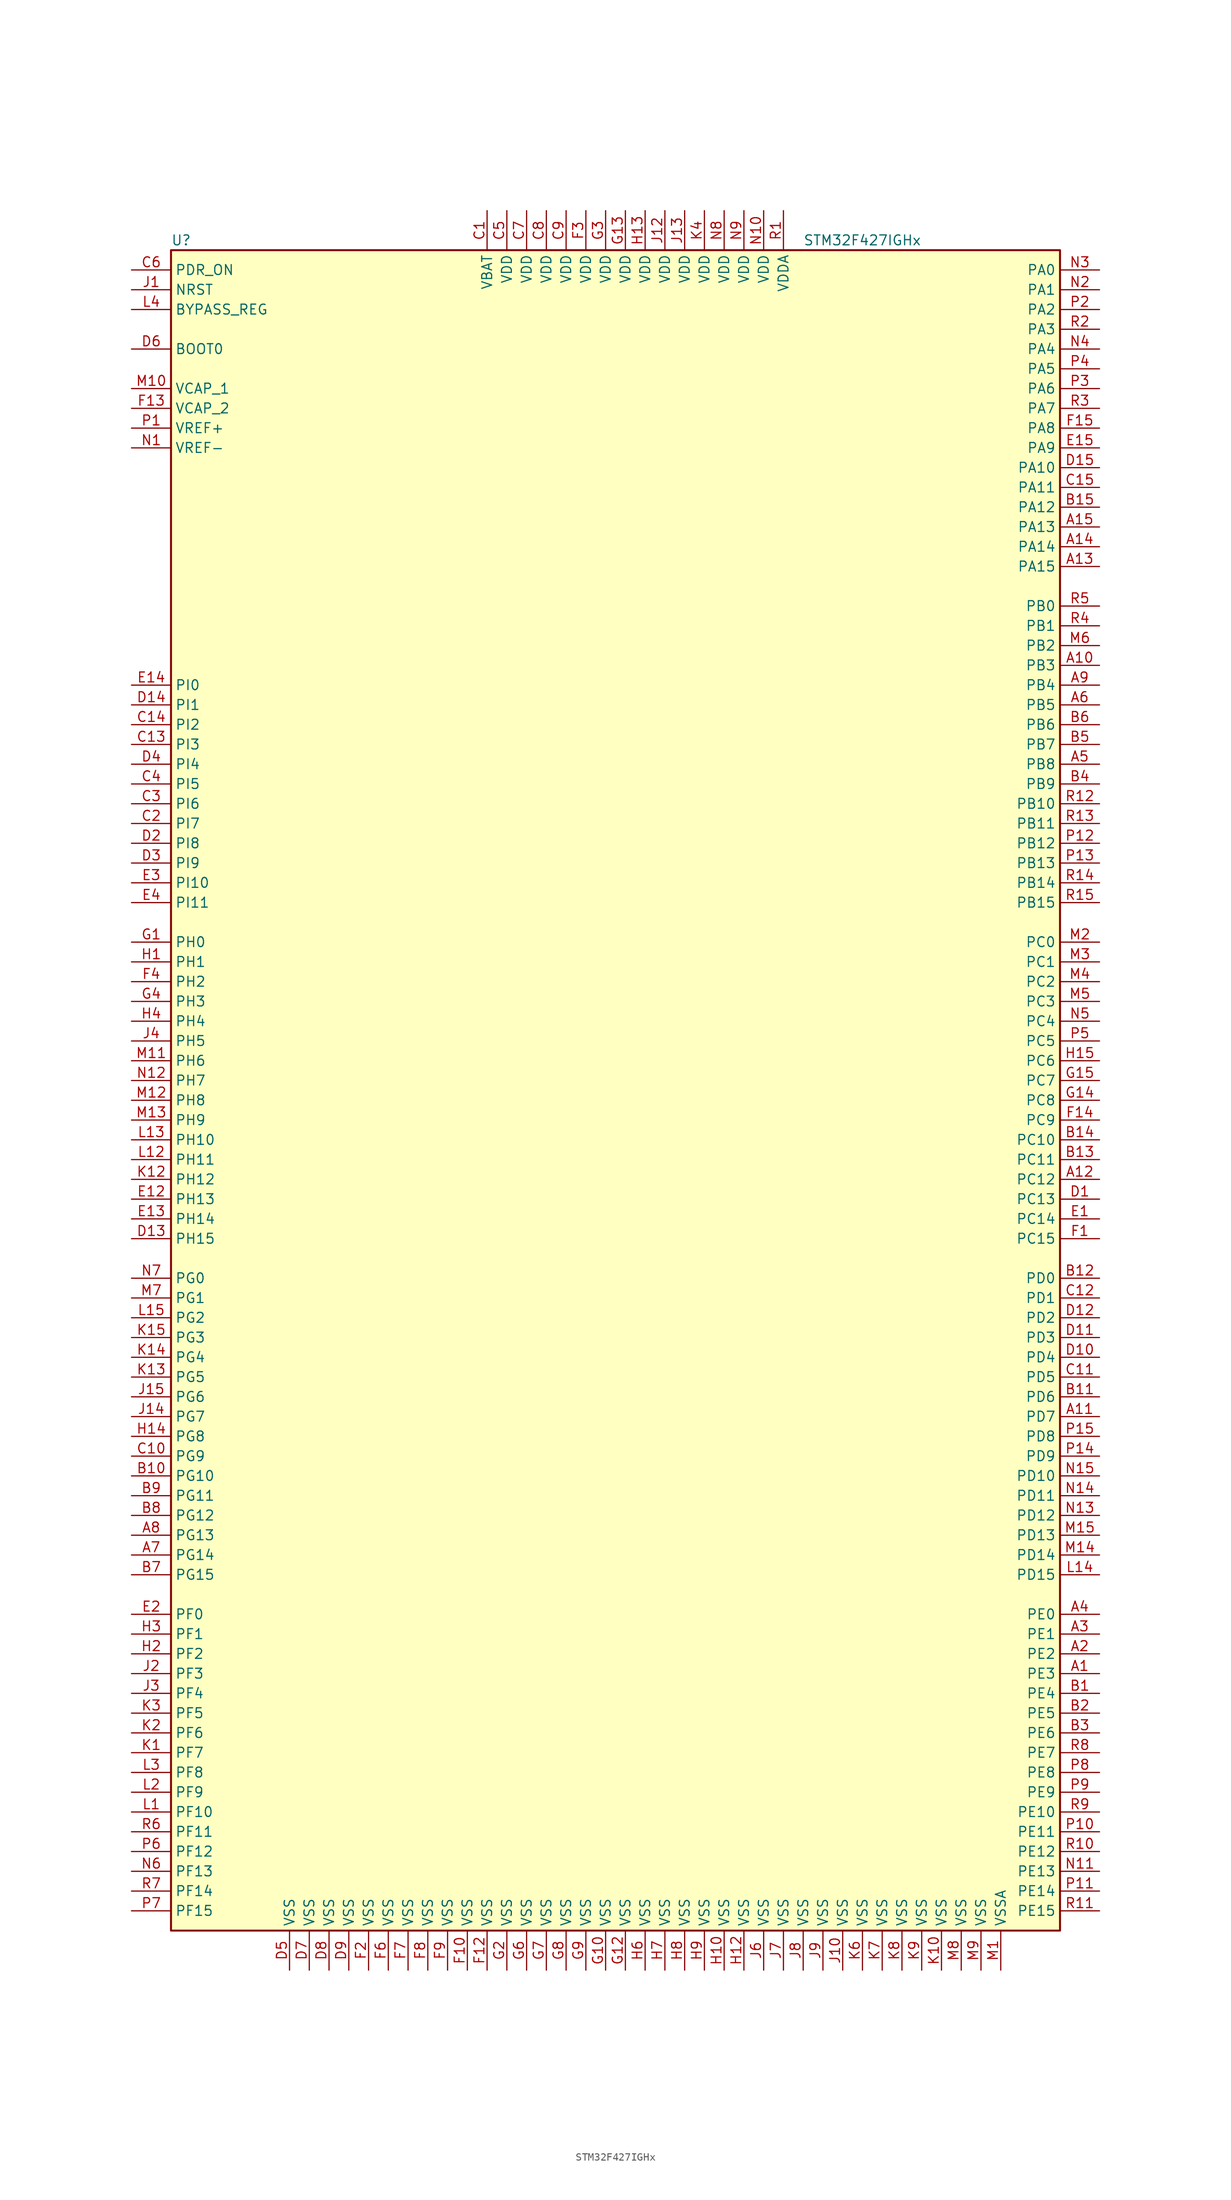
<source format=kicad_sym>
(kicad_symbol_lib
  (version 20201005)
  (generator kicad_symbol_editor)
  (symbol "STM32F427IGHx"
    (property "Reference" "U"
      (at -58.42 107.95 0)
      (effects (font (size 1.27 1.27)) (justify left)))
    (property "Value" "STM32F427IGHx"
      (at 22.86 107.95 0)
      (effects (font (size 1.27 1.27)) (justify left)))
    (symbol "STM32F427IGHx_0_1"
      (rectangle (start -58.42 -109.22) (end 55.88 106.68) (stroke (width 0.254)) (fill (type background))))
    (symbol "STM32F427IGHx_1_1"
      (pin input line (at -63.5 93.98 0) (length 5.08) (name "BOOT0" (effects (font (size 1.27 1.27)))) (number "D6" (effects (font (size 1.27 1.27)))))
      (pin input line (at -63.5 99.06 0) (length 5.08) (name "BYPASS_REG" (effects (font (size 1.27 1.27)))) (number "L4" (effects (font (size 1.27 1.27)))))
      (pin input line (at -63.5 101.6 0) (length 5.08) (name "NRST" (effects (font (size 1.27 1.27)))) (number "J1" (effects (font (size 1.27 1.27)))))
      (pin bidirectional line (at 60.96 104.14 180) (length 5.08) (name "PA0" (effects (font (size 1.27 1.27)))) (number "N3" (effects (font (size 1.27 1.27)))))
      (pin bidirectional line (at 60.96 101.6 180) (length 5.08) (name "PA1" (effects (font (size 1.27 1.27)))) (number "N2" (effects (font (size 1.27 1.27)))))
      (pin bidirectional line (at 60.96 78.74 180) (length 5.08) (name "PA10" (effects (font (size 1.27 1.27)))) (number "D15" (effects (font (size 1.27 1.27)))))
      (pin bidirectional line (at 60.96 76.2 180) (length 5.08) (name "PA11" (effects (font (size 1.27 1.27)))) (number "C15" (effects (font (size 1.27 1.27)))))
      (pin bidirectional line (at 60.96 73.66 180) (length 5.08) (name "PA12" (effects (font (size 1.27 1.27)))) (number "B15" (effects (font (size 1.27 1.27)))))
      (pin bidirectional line (at 60.96 71.12 180) (length 5.08) (name "PA13" (effects (font (size 1.27 1.27)))) (number "A15" (effects (font (size 1.27 1.27)))))
      (pin bidirectional line (at 60.96 68.58 180) (length 5.08) (name "PA14" (effects (font (size 1.27 1.27)))) (number "A14" (effects (font (size 1.27 1.27)))))
      (pin bidirectional line (at 60.96 66.04 180) (length 5.08) (name "PA15" (effects (font (size 1.27 1.27)))) (number "A13" (effects (font (size 1.27 1.27)))))
      (pin bidirectional line (at 60.96 99.06 180) (length 5.08) (name "PA2" (effects (font (size 1.27 1.27)))) (number "P2" (effects (font (size 1.27 1.27)))))
      (pin bidirectional line (at 60.96 96.52 180) (length 5.08) (name "PA3" (effects (font (size 1.27 1.27)))) (number "R2" (effects (font (size 1.27 1.27)))))
      (pin bidirectional line (at 60.96 93.98 180) (length 5.08) (name "PA4" (effects (font (size 1.27 1.27)))) (number "N4" (effects (font (size 1.27 1.27)))))
      (pin bidirectional line (at 60.96 91.44 180) (length 5.08) (name "PA5" (effects (font (size 1.27 1.27)))) (number "P4" (effects (font (size 1.27 1.27)))))
      (pin bidirectional line (at 60.96 88.9 180) (length 5.08) (name "PA6" (effects (font (size 1.27 1.27)))) (number "P3" (effects (font (size 1.27 1.27)))))
      (pin bidirectional line (at 60.96 86.36 180) (length 5.08) (name "PA7" (effects (font (size 1.27 1.27)))) (number "R3" (effects (font (size 1.27 1.27)))))
      (pin bidirectional line (at 60.96 83.82 180) (length 5.08) (name "PA8" (effects (font (size 1.27 1.27)))) (number "F15" (effects (font (size 1.27 1.27)))))
      (pin bidirectional line (at 60.96 81.28 180) (length 5.08) (name "PA9" (effects (font (size 1.27 1.27)))) (number "E15" (effects (font (size 1.27 1.27)))))
      (pin bidirectional line (at 60.96 60.96 180) (length 5.08) (name "PB0" (effects (font (size 1.27 1.27)))) (number "R5" (effects (font (size 1.27 1.27)))))
      (pin bidirectional line (at 60.96 58.42 180) (length 5.08) (name "PB1" (effects (font (size 1.27 1.27)))) (number "R4" (effects (font (size 1.27 1.27)))))
      (pin bidirectional line (at 60.96 35.56 180) (length 5.08) (name "PB10" (effects (font (size 1.27 1.27)))) (number "R12" (effects (font (size 1.27 1.27)))))
      (pin bidirectional line (at 60.96 33.02 180) (length 5.08) (name "PB11" (effects (font (size 1.27 1.27)))) (number "R13" (effects (font (size 1.27 1.27)))))
      (pin bidirectional line (at 60.96 30.48 180) (length 5.08) (name "PB12" (effects (font (size 1.27 1.27)))) (number "P12" (effects (font (size 1.27 1.27)))))
      (pin bidirectional line (at 60.96 27.94 180) (length 5.08) (name "PB13" (effects (font (size 1.27 1.27)))) (number "P13" (effects (font (size 1.27 1.27)))))
      (pin bidirectional line (at 60.96 25.4 180) (length 5.08) (name "PB14" (effects (font (size 1.27 1.27)))) (number "R14" (effects (font (size 1.27 1.27)))))
      (pin bidirectional line (at 60.96 22.86 180) (length 5.08) (name "PB15" (effects (font (size 1.27 1.27)))) (number "R15" (effects (font (size 1.27 1.27)))))
      (pin bidirectional line (at 60.96 55.88 180) (length 5.08) (name "PB2" (effects (font (size 1.27 1.27)))) (number "M6" (effects (font (size 1.27 1.27)))))
      (pin bidirectional line (at 60.96 53.34 180) (length 5.08) (name "PB3" (effects (font (size 1.27 1.27)))) (number "A10" (effects (font (size 1.27 1.27)))))
      (pin bidirectional line (at 60.96 50.8 180) (length 5.08) (name "PB4" (effects (font (size 1.27 1.27)))) (number "A9" (effects (font (size 1.27 1.27)))))
      (pin bidirectional line (at 60.96 48.26 180) (length 5.08) (name "PB5" (effects (font (size 1.27 1.27)))) (number "A6" (effects (font (size 1.27 1.27)))))
      (pin bidirectional line (at 60.96 45.72 180) (length 5.08) (name "PB6" (effects (font (size 1.27 1.27)))) (number "B6" (effects (font (size 1.27 1.27)))))
      (pin bidirectional line (at 60.96 43.18 180) (length 5.08) (name "PB7" (effects (font (size 1.27 1.27)))) (number "B5" (effects (font (size 1.27 1.27)))))
      (pin bidirectional line (at 60.96 40.64 180) (length 5.08) (name "PB8" (effects (font (size 1.27 1.27)))) (number "A5" (effects (font (size 1.27 1.27)))))
      (pin bidirectional line (at 60.96 38.1 180) (length 5.08) (name "PB9" (effects (font (size 1.27 1.27)))) (number "B4" (effects (font (size 1.27 1.27)))))
      (pin bidirectional line (at 60.96 17.78 180) (length 5.08) (name "PC0" (effects (font (size 1.27 1.27)))) (number "M2" (effects (font (size 1.27 1.27)))))
      (pin bidirectional line (at 60.96 15.24 180) (length 5.08) (name "PC1" (effects (font (size 1.27 1.27)))) (number "M3" (effects (font (size 1.27 1.27)))))
      (pin bidirectional line (at 60.96 -7.62 180) (length 5.08) (name "PC10" (effects (font (size 1.27 1.27)))) (number "B14" (effects (font (size 1.27 1.27)))))
      (pin bidirectional line (at 60.96 -10.16 180) (length 5.08) (name "PC11" (effects (font (size 1.27 1.27)))) (number "B13" (effects (font (size 1.27 1.27)))))
      (pin bidirectional line (at 60.96 -12.7 180) (length 5.08) (name "PC12" (effects (font (size 1.27 1.27)))) (number "A12" (effects (font (size 1.27 1.27)))))
      (pin bidirectional line (at 60.96 -15.24 180) (length 5.08) (name "PC13" (effects (font (size 1.27 1.27)))) (number "D1" (effects (font (size 1.27 1.27)))))
      (pin bidirectional line (at 60.96 -17.78 180) (length 5.08) (name "PC14" (effects (font (size 1.27 1.27)))) (number "E1" (effects (font (size 1.27 1.27)))))
      (pin bidirectional line (at 60.96 -20.32 180) (length 5.08) (name "PC15" (effects (font (size 1.27 1.27)))) (number "F1" (effects (font (size 1.27 1.27)))))
      (pin bidirectional line (at 60.96 12.7 180) (length 5.08) (name "PC2" (effects (font (size 1.27 1.27)))) (number "M4" (effects (font (size 1.27 1.27)))))
      (pin bidirectional line (at 60.96 10.16 180) (length 5.08) (name "PC3" (effects (font (size 1.27 1.27)))) (number "M5" (effects (font (size 1.27 1.27)))))
      (pin bidirectional line (at 60.96 7.62 180) (length 5.08) (name "PC4" (effects (font (size 1.27 1.27)))) (number "N5" (effects (font (size 1.27 1.27)))))
      (pin bidirectional line (at 60.96 5.08 180) (length 5.08) (name "PC5" (effects (font (size 1.27 1.27)))) (number "P5" (effects (font (size 1.27 1.27)))))
      (pin bidirectional line (at 60.96 2.54 180) (length 5.08) (name "PC6" (effects (font (size 1.27 1.27)))) (number "H15" (effects (font (size 1.27 1.27)))))
      (pin bidirectional line (at 60.96 0 180) (length 5.08) (name "PC7" (effects (font (size 1.27 1.27)))) (number "G15" (effects (font (size 1.27 1.27)))))
      (pin bidirectional line (at 60.96 -2.54 180) (length 5.08) (name "PC8" (effects (font (size 1.27 1.27)))) (number "G14" (effects (font (size 1.27 1.27)))))
      (pin bidirectional line (at 60.96 -5.08 180) (length 5.08) (name "PC9" (effects (font (size 1.27 1.27)))) (number "F14" (effects (font (size 1.27 1.27)))))
      (pin bidirectional line (at 60.96 -25.4 180) (length 5.08) (name "PD0" (effects (font (size 1.27 1.27)))) (number "B12" (effects (font (size 1.27 1.27)))))
      (pin bidirectional line (at 60.96 -27.94 180) (length 5.08) (name "PD1" (effects (font (size 1.27 1.27)))) (number "C12" (effects (font (size 1.27 1.27)))))
      (pin bidirectional line (at 60.96 -50.8 180) (length 5.08) (name "PD10" (effects (font (size 1.27 1.27)))) (number "N15" (effects (font (size 1.27 1.27)))))
      (pin bidirectional line (at 60.96 -53.34 180) (length 5.08) (name "PD11" (effects (font (size 1.27 1.27)))) (number "N14" (effects (font (size 1.27 1.27)))))
      (pin bidirectional line (at 60.96 -55.88 180) (length 5.08) (name "PD12" (effects (font (size 1.27 1.27)))) (number "N13" (effects (font (size 1.27 1.27)))))
      (pin bidirectional line (at 60.96 -58.42 180) (length 5.08) (name "PD13" (effects (font (size 1.27 1.27)))) (number "M15" (effects (font (size 1.27 1.27)))))
      (pin bidirectional line (at 60.96 -60.96 180) (length 5.08) (name "PD14" (effects (font (size 1.27 1.27)))) (number "M14" (effects (font (size 1.27 1.27)))))
      (pin bidirectional line (at 60.96 -63.5 180) (length 5.08) (name "PD15" (effects (font (size 1.27 1.27)))) (number "L14" (effects (font (size 1.27 1.27)))))
      (pin bidirectional line (at 60.96 -30.48 180) (length 5.08) (name "PD2" (effects (font (size 1.27 1.27)))) (number "D12" (effects (font (size 1.27 1.27)))))
      (pin bidirectional line (at 60.96 -33.02 180) (length 5.08) (name "PD3" (effects (font (size 1.27 1.27)))) (number "D11" (effects (font (size 1.27 1.27)))))
      (pin bidirectional line (at 60.96 -35.56 180) (length 5.08) (name "PD4" (effects (font (size 1.27 1.27)))) (number "D10" (effects (font (size 1.27 1.27)))))
      (pin bidirectional line (at 60.96 -38.1 180) (length 5.08) (name "PD5" (effects (font (size 1.27 1.27)))) (number "C11" (effects (font (size 1.27 1.27)))))
      (pin bidirectional line (at 60.96 -40.64 180) (length 5.08) (name "PD6" (effects (font (size 1.27 1.27)))) (number "B11" (effects (font (size 1.27 1.27)))))
      (pin bidirectional line (at 60.96 -43.18 180) (length 5.08) (name "PD7" (effects (font (size 1.27 1.27)))) (number "A11" (effects (font (size 1.27 1.27)))))
      (pin bidirectional line (at 60.96 -45.72 180) (length 5.08) (name "PD8" (effects (font (size 1.27 1.27)))) (number "P15" (effects (font (size 1.27 1.27)))))
      (pin bidirectional line (at 60.96 -48.26 180) (length 5.08) (name "PD9" (effects (font (size 1.27 1.27)))) (number "P14" (effects (font (size 1.27 1.27)))))
      (pin input line (at -63.5 104.14 0) (length 5.08) (name "PDR_ON" (effects (font (size 1.27 1.27)))) (number "C6" (effects (font (size 1.27 1.27)))))
      (pin bidirectional line (at 60.96 -68.58 180) (length 5.08) (name "PE0" (effects (font (size 1.27 1.27)))) (number "A4" (effects (font (size 1.27 1.27)))))
      (pin bidirectional line (at 60.96 -71.12 180) (length 5.08) (name "PE1" (effects (font (size 1.27 1.27)))) (number "A3" (effects (font (size 1.27 1.27)))))
      (pin bidirectional line (at 60.96 -93.98 180) (length 5.08) (name "PE10" (effects (font (size 1.27 1.27)))) (number "R9" (effects (font (size 1.27 1.27)))))
      (pin bidirectional line (at 60.96 -96.52 180) (length 5.08) (name "PE11" (effects (font (size 1.27 1.27)))) (number "P10" (effects (font (size 1.27 1.27)))))
      (pin bidirectional line (at 60.96 -99.06 180) (length 5.08) (name "PE12" (effects (font (size 1.27 1.27)))) (number "R10" (effects (font (size 1.27 1.27)))))
      (pin bidirectional line (at 60.96 -101.6 180) (length 5.08) (name "PE13" (effects (font (size 1.27 1.27)))) (number "N11" (effects (font (size 1.27 1.27)))))
      (pin bidirectional line (at 60.96 -104.14 180) (length 5.08) (name "PE14" (effects (font (size 1.27 1.27)))) (number "P11" (effects (font (size 1.27 1.27)))))
      (pin bidirectional line (at 60.96 -106.68 180) (length 5.08) (name "PE15" (effects (font (size 1.27 1.27)))) (number "R11" (effects (font (size 1.27 1.27)))))
      (pin bidirectional line (at 60.96 -73.66 180) (length 5.08) (name "PE2" (effects (font (size 1.27 1.27)))) (number "A2" (effects (font (size 1.27 1.27)))))
      (pin bidirectional line (at 60.96 -76.2 180) (length 5.08) (name "PE3" (effects (font (size 1.27 1.27)))) (number "A1" (effects (font (size 1.27 1.27)))))
      (pin bidirectional line (at 60.96 -78.74 180) (length 5.08) (name "PE4" (effects (font (size 1.27 1.27)))) (number "B1" (effects (font (size 1.27 1.27)))))
      (pin bidirectional line (at 60.96 -81.28 180) (length 5.08) (name "PE5" (effects (font (size 1.27 1.27)))) (number "B2" (effects (font (size 1.27 1.27)))))
      (pin bidirectional line (at 60.96 -83.82 180) (length 5.08) (name "PE6" (effects (font (size 1.27 1.27)))) (number "B3" (effects (font (size 1.27 1.27)))))
      (pin bidirectional line (at 60.96 -86.36 180) (length 5.08) (name "PE7" (effects (font (size 1.27 1.27)))) (number "R8" (effects (font (size 1.27 1.27)))))
      (pin bidirectional line (at 60.96 -88.9 180) (length 5.08) (name "PE8" (effects (font (size 1.27 1.27)))) (number "P8" (effects (font (size 1.27 1.27)))))
      (pin bidirectional line (at 60.96 -91.44 180) (length 5.08) (name "PE9" (effects (font (size 1.27 1.27)))) (number "P9" (effects (font (size 1.27 1.27)))))
      (pin bidirectional line (at -63.5 -68.58 0) (length 5.08) (name "PF0" (effects (font (size 1.27 1.27)))) (number "E2" (effects (font (size 1.27 1.27)))))
      (pin bidirectional line (at -63.5 -71.12 0) (length 5.08) (name "PF1" (effects (font (size 1.27 1.27)))) (number "H3" (effects (font (size 1.27 1.27)))))
      (pin bidirectional line (at -63.5 -93.98 0) (length 5.08) (name "PF10" (effects (font (size 1.27 1.27)))) (number "L1" (effects (font (size 1.27 1.27)))))
      (pin bidirectional line (at -63.5 -96.52 0) (length 5.08) (name "PF11" (effects (font (size 1.27 1.27)))) (number "R6" (effects (font (size 1.27 1.27)))))
      (pin bidirectional line (at -63.5 -99.06 0) (length 5.08) (name "PF12" (effects (font (size 1.27 1.27)))) (number "P6" (effects (font (size 1.27 1.27)))))
      (pin bidirectional line (at -63.5 -101.6 0) (length 5.08) (name "PF13" (effects (font (size 1.27 1.27)))) (number "N6" (effects (font (size 1.27 1.27)))))
      (pin bidirectional line (at -63.5 -104.14 0) (length 5.08) (name "PF14" (effects (font (size 1.27 1.27)))) (number "R7" (effects (font (size 1.27 1.27)))))
      (pin bidirectional line (at -63.5 -106.68 0) (length 5.08) (name "PF15" (effects (font (size 1.27 1.27)))) (number "P7" (effects (font (size 1.27 1.27)))))
      (pin bidirectional line (at -63.5 -73.66 0) (length 5.08) (name "PF2" (effects (font (size 1.27 1.27)))) (number "H2" (effects (font (size 1.27 1.27)))))
      (pin bidirectional line (at -63.5 -76.2 0) (length 5.08) (name "PF3" (effects (font (size 1.27 1.27)))) (number "J2" (effects (font (size 1.27 1.27)))))
      (pin bidirectional line (at -63.5 -78.74 0) (length 5.08) (name "PF4" (effects (font (size 1.27 1.27)))) (number "J3" (effects (font (size 1.27 1.27)))))
      (pin bidirectional line (at -63.5 -81.28 0) (length 5.08) (name "PF5" (effects (font (size 1.27 1.27)))) (number "K3" (effects (font (size 1.27 1.27)))))
      (pin bidirectional line (at -63.5 -83.82 0) (length 5.08) (name "PF6" (effects (font (size 1.27 1.27)))) (number "K2" (effects (font (size 1.27 1.27)))))
      (pin bidirectional line (at -63.5 -86.36 0) (length 5.08) (name "PF7" (effects (font (size 1.27 1.27)))) (number "K1" (effects (font (size 1.27 1.27)))))
      (pin bidirectional line (at -63.5 -88.9 0) (length 5.08) (name "PF8" (effects (font (size 1.27 1.27)))) (number "L3" (effects (font (size 1.27 1.27)))))
      (pin bidirectional line (at -63.5 -91.44 0) (length 5.08) (name "PF9" (effects (font (size 1.27 1.27)))) (number "L2" (effects (font (size 1.27 1.27)))))
      (pin bidirectional line (at -63.5 -25.4 0) (length 5.08) (name "PG0" (effects (font (size 1.27 1.27)))) (number "N7" (effects (font (size 1.27 1.27)))))
      (pin bidirectional line (at -63.5 -27.94 0) (length 5.08) (name "PG1" (effects (font (size 1.27 1.27)))) (number "M7" (effects (font (size 1.27 1.27)))))
      (pin bidirectional line (at -63.5 -50.8 0) (length 5.08) (name "PG10" (effects (font (size 1.27 1.27)))) (number "B10" (effects (font (size 1.27 1.27)))))
      (pin bidirectional line (at -63.5 -53.34 0) (length 5.08) (name "PG11" (effects (font (size 1.27 1.27)))) (number "B9" (effects (font (size 1.27 1.27)))))
      (pin bidirectional line (at -63.5 -55.88 0) (length 5.08) (name "PG12" (effects (font (size 1.27 1.27)))) (number "B8" (effects (font (size 1.27 1.27)))))
      (pin bidirectional line (at -63.5 -58.42 0) (length 5.08) (name "PG13" (effects (font (size 1.27 1.27)))) (number "A8" (effects (font (size 1.27 1.27)))))
      (pin bidirectional line (at -63.5 -60.96 0) (length 5.08) (name "PG14" (effects (font (size 1.27 1.27)))) (number "A7" (effects (font (size 1.27 1.27)))))
      (pin bidirectional line (at -63.5 -63.5 0) (length 5.08) (name "PG15" (effects (font (size 1.27 1.27)))) (number "B7" (effects (font (size 1.27 1.27)))))
      (pin bidirectional line (at -63.5 -30.48 0) (length 5.08) (name "PG2" (effects (font (size 1.27 1.27)))) (number "L15" (effects (font (size 1.27 1.27)))))
      (pin bidirectional line (at -63.5 -33.02 0) (length 5.08) (name "PG3" (effects (font (size 1.27 1.27)))) (number "K15" (effects (font (size 1.27 1.27)))))
      (pin bidirectional line (at -63.5 -35.56 0) (length 5.08) (name "PG4" (effects (font (size 1.27 1.27)))) (number "K14" (effects (font (size 1.27 1.27)))))
      (pin bidirectional line (at -63.5 -38.1 0) (length 5.08) (name "PG5" (effects (font (size 1.27 1.27)))) (number "K13" (effects (font (size 1.27 1.27)))))
      (pin bidirectional line (at -63.5 -40.64 0) (length 5.08) (name "PG6" (effects (font (size 1.27 1.27)))) (number "J15" (effects (font (size 1.27 1.27)))))
      (pin bidirectional line (at -63.5 -43.18 0) (length 5.08) (name "PG7" (effects (font (size 1.27 1.27)))) (number "J14" (effects (font (size 1.27 1.27)))))
      (pin bidirectional line (at -63.5 -45.72 0) (length 5.08) (name "PG8" (effects (font (size 1.27 1.27)))) (number "H14" (effects (font (size 1.27 1.27)))))
      (pin bidirectional line (at -63.5 -48.26 0) (length 5.08) (name "PG9" (effects (font (size 1.27 1.27)))) (number "C10" (effects (font (size 1.27 1.27)))))
      (pin input line (at -63.5 17.78 0) (length 5.08) (name "PH0" (effects (font (size 1.27 1.27)))) (number "G1" (effects (font (size 1.27 1.27)))))
      (pin input line (at -63.5 15.24 0) (length 5.08) (name "PH1" (effects (font (size 1.27 1.27)))) (number "H1" (effects (font (size 1.27 1.27)))))
      (pin bidirectional line (at -63.5 -7.62 0) (length 5.08) (name "PH10" (effects (font (size 1.27 1.27)))) (number "L13" (effects (font (size 1.27 1.27)))))
      (pin bidirectional line (at -63.5 -10.16 0) (length 5.08) (name "PH11" (effects (font (size 1.27 1.27)))) (number "L12" (effects (font (size 1.27 1.27)))))
      (pin bidirectional line (at -63.5 -12.7 0) (length 5.08) (name "PH12" (effects (font (size 1.27 1.27)))) (number "K12" (effects (font (size 1.27 1.27)))))
      (pin bidirectional line (at -63.5 -15.24 0) (length 5.08) (name "PH13" (effects (font (size 1.27 1.27)))) (number "E12" (effects (font (size 1.27 1.27)))))
      (pin bidirectional line (at -63.5 -17.78 0) (length 5.08) (name "PH14" (effects (font (size 1.27 1.27)))) (number "E13" (effects (font (size 1.27 1.27)))))
      (pin bidirectional line (at -63.5 -20.32 0) (length 5.08) (name "PH15" (effects (font (size 1.27 1.27)))) (number "D13" (effects (font (size 1.27 1.27)))))
      (pin bidirectional line (at -63.5 12.7 0) (length 5.08) (name "PH2" (effects (font (size 1.27 1.27)))) (number "F4" (effects (font (size 1.27 1.27)))))
      (pin bidirectional line (at -63.5 10.16 0) (length 5.08) (name "PH3" (effects (font (size 1.27 1.27)))) (number "G4" (effects (font (size 1.27 1.27)))))
      (pin bidirectional line (at -63.5 7.62 0) (length 5.08) (name "PH4" (effects (font (size 1.27 1.27)))) (number "H4" (effects (font (size 1.27 1.27)))))
      (pin bidirectional line (at -63.5 5.08 0) (length 5.08) (name "PH5" (effects (font (size 1.27 1.27)))) (number "J4" (effects (font (size 1.27 1.27)))))
      (pin bidirectional line (at -63.5 2.54 0) (length 5.08) (name "PH6" (effects (font (size 1.27 1.27)))) (number "M11" (effects (font (size 1.27 1.27)))))
      (pin bidirectional line (at -63.5 0 0) (length 5.08) (name "PH7" (effects (font (size 1.27 1.27)))) (number "N12" (effects (font (size 1.27 1.27)))))
      (pin bidirectional line (at -63.5 -2.54 0) (length 5.08) (name "PH8" (effects (font (size 1.27 1.27)))) (number "M12" (effects (font (size 1.27 1.27)))))
      (pin bidirectional line (at -63.5 -5.08 0) (length 5.08) (name "PH9" (effects (font (size 1.27 1.27)))) (number "M13" (effects (font (size 1.27 1.27)))))
      (pin bidirectional line (at -63.5 50.8 0) (length 5.08) (name "PI0" (effects (font (size 1.27 1.27)))) (number "E14" (effects (font (size 1.27 1.27)))))
      (pin bidirectional line (at -63.5 48.26 0) (length 5.08) (name "PI1" (effects (font (size 1.27 1.27)))) (number "D14" (effects (font (size 1.27 1.27)))))
      (pin bidirectional line (at -63.5 25.4 0) (length 5.08) (name "PI10" (effects (font (size 1.27 1.27)))) (number "E3" (effects (font (size 1.27 1.27)))))
      (pin bidirectional line (at -63.5 22.86 0) (length 5.08) (name "PI11" (effects (font (size 1.27 1.27)))) (number "E4" (effects (font (size 1.27 1.27)))))
      (pin bidirectional line (at -63.5 45.72 0) (length 5.08) (name "PI2" (effects (font (size 1.27 1.27)))) (number "C14" (effects (font (size 1.27 1.27)))))
      (pin bidirectional line (at -63.5 43.18 0) (length 5.08) (name "PI3" (effects (font (size 1.27 1.27)))) (number "C13" (effects (font (size 1.27 1.27)))))
      (pin bidirectional line (at -63.5 40.64 0) (length 5.08) (name "PI4" (effects (font (size 1.27 1.27)))) (number "D4" (effects (font (size 1.27 1.27)))))
      (pin bidirectional line (at -63.5 38.1 0) (length 5.08) (name "PI5" (effects (font (size 1.27 1.27)))) (number "C4" (effects (font (size 1.27 1.27)))))
      (pin bidirectional line (at -63.5 35.56 0) (length 5.08) (name "PI6" (effects (font (size 1.27 1.27)))) (number "C3" (effects (font (size 1.27 1.27)))))
      (pin bidirectional line (at -63.5 33.02 0) (length 5.08) (name "PI7" (effects (font (size 1.27 1.27)))) (number "C2" (effects (font (size 1.27 1.27)))))
      (pin bidirectional line (at -63.5 30.48 0) (length 5.08) (name "PI8" (effects (font (size 1.27 1.27)))) (number "D2" (effects (font (size 1.27 1.27)))))
      (pin bidirectional line (at -63.5 27.94 0) (length 5.08) (name "PI9" (effects (font (size 1.27 1.27)))) (number "D3" (effects (font (size 1.27 1.27)))))
      (pin power_in line (at -17.78 111.76 270) (length 5.08) (name "VBAT" (effects (font (size 1.27 1.27)))) (number "C1" (effects (font (size 1.27 1.27)))))
      (pin power_in line (at -63.5 88.9 0) (length 5.08) (name "VCAP_1" (effects (font (size 1.27 1.27)))) (number "M10" (effects (font (size 1.27 1.27)))))
      (pin power_in line (at -63.5 86.36 0) (length 5.08) (name "VCAP_2" (effects (font (size 1.27 1.27)))) (number "F13" (effects (font (size 1.27 1.27)))))
      (pin power_in line (at -15.24 111.76 270) (length 5.08) (name "VDD" (effects (font (size 1.27 1.27)))) (number "C5" (effects (font (size 1.27 1.27)))))
      (pin power_in line (at -12.7 111.76 270) (length 5.08) (name "VDD" (effects (font (size 1.27 1.27)))) (number "C7" (effects (font (size 1.27 1.27)))))
      (pin power_in line (at -10.16 111.76 270) (length 5.08) (name "VDD" (effects (font (size 1.27 1.27)))) (number "C8" (effects (font (size 1.27 1.27)))))
      (pin power_in line (at -7.62 111.76 270) (length 5.08) (name "VDD" (effects (font (size 1.27 1.27)))) (number "C9" (effects (font (size 1.27 1.27)))))
      (pin power_in line (at -5.08 111.76 270) (length 5.08) (name "VDD" (effects (font (size 1.27 1.27)))) (number "F3" (effects (font (size 1.27 1.27)))))
      (pin power_in line (at 0 111.76 270) (length 5.08) (name "VDD" (effects (font (size 1.27 1.27)))) (number "G13" (effects (font (size 1.27 1.27)))))
      (pin power_in line (at -2.54 111.76 270) (length 5.08) (name "VDD" (effects (font (size 1.27 1.27)))) (number "G3" (effects (font (size 1.27 1.27)))))
      (pin power_in line (at 2.54 111.76 270) (length 5.08) (name "VDD" (effects (font (size 1.27 1.27)))) (number "H13" (effects (font (size 1.27 1.27)))))
      (pin power_in line (at 5.08 111.76 270) (length 5.08) (name "VDD" (effects (font (size 1.27 1.27)))) (number "J12" (effects (font (size 1.27 1.27)))))
      (pin power_in line (at 7.62 111.76 270) (length 5.08) (name "VDD" (effects (font (size 1.27 1.27)))) (number "J13" (effects (font (size 1.27 1.27)))))
      (pin power_in line (at 10.16 111.76 270) (length 5.08) (name "VDD" (effects (font (size 1.27 1.27)))) (number "K4" (effects (font (size 1.27 1.27)))))
      (pin power_in line (at 17.78 111.76 270) (length 5.08) (name "VDD" (effects (font (size 1.27 1.27)))) (number "N10" (effects (font (size 1.27 1.27)))))
      (pin power_in line (at 12.7 111.76 270) (length 5.08) (name "VDD" (effects (font (size 1.27 1.27)))) (number "N8" (effects (font (size 1.27 1.27)))))
      (pin power_in line (at 15.24 111.76 270) (length 5.08) (name "VDD" (effects (font (size 1.27 1.27)))) (number "N9" (effects (font (size 1.27 1.27)))))
      (pin power_in line (at 20.32 111.76 270) (length 5.08) (name "VDDA" (effects (font (size 1.27 1.27)))) (number "R1" (effects (font (size 1.27 1.27)))))
      (pin power_in line (at -63.5 83.82 0) (length 5.08) (name "VREF+" (effects (font (size 1.27 1.27)))) (number "P1" (effects (font (size 1.27 1.27)))))
      (pin power_in line (at -63.5 81.28 0) (length 5.08) (name "VREF-" (effects (font (size 1.27 1.27)))) (number "N1" (effects (font (size 1.27 1.27)))))
      (pin power_in line (at -43.18 -114.3 90) (length 5.08) (name "VSS" (effects (font (size 1.27 1.27)))) (number "D5" (effects (font (size 1.27 1.27)))))
      (pin power_in line (at -40.64 -114.3 90) (length 5.08) (name "VSS" (effects (font (size 1.27 1.27)))) (number "D7" (effects (font (size 1.27 1.27)))))
      (pin power_in line (at -38.1 -114.3 90) (length 5.08) (name "VSS" (effects (font (size 1.27 1.27)))) (number "D8" (effects (font (size 1.27 1.27)))))
      (pin power_in line (at -35.56 -114.3 90) (length 5.08) (name "VSS" (effects (font (size 1.27 1.27)))) (number "D9" (effects (font (size 1.27 1.27)))))
      (pin power_in line (at -20.32 -114.3 90) (length 5.08) (name "VSS" (effects (font (size 1.27 1.27)))) (number "F10" (effects (font (size 1.27 1.27)))))
      (pin power_in line (at -17.78 -114.3 90) (length 5.08) (name "VSS" (effects (font (size 1.27 1.27)))) (number "F12" (effects (font (size 1.27 1.27)))))
      (pin power_in line (at -33.02 -114.3 90) (length 5.08) (name "VSS" (effects (font (size 1.27 1.27)))) (number "F2" (effects (font (size 1.27 1.27)))))
      (pin power_in line (at -30.48 -114.3 90) (length 5.08) (name "VSS" (effects (font (size 1.27 1.27)))) (number "F6" (effects (font (size 1.27 1.27)))))
      (pin power_in line (at -27.94 -114.3 90) (length 5.08) (name "VSS" (effects (font (size 1.27 1.27)))) (number "F7" (effects (font (size 1.27 1.27)))))
      (pin power_in line (at -25.4 -114.3 90) (length 5.08) (name "VSS" (effects (font (size 1.27 1.27)))) (number "F8" (effects (font (size 1.27 1.27)))))
      (pin power_in line (at -22.86 -114.3 90) (length 5.08) (name "VSS" (effects (font (size 1.27 1.27)))) (number "F9" (effects (font (size 1.27 1.27)))))
      (pin power_in line (at -2.54 -114.3 90) (length 5.08) (name "VSS" (effects (font (size 1.27 1.27)))) (number "G10" (effects (font (size 1.27 1.27)))))
      (pin power_in line (at 0 -114.3 90) (length 5.08) (name "VSS" (effects (font (size 1.27 1.27)))) (number "G12" (effects (font (size 1.27 1.27)))))
      (pin power_in line (at -15.24 -114.3 90) (length 5.08) (name "VSS" (effects (font (size 1.27 1.27)))) (number "G2" (effects (font (size 1.27 1.27)))))
      (pin power_in line (at -12.7 -114.3 90) (length 5.08) (name "VSS" (effects (font (size 1.27 1.27)))) (number "G6" (effects (font (size 1.27 1.27)))))
      (pin power_in line (at -10.16 -114.3 90) (length 5.08) (name "VSS" (effects (font (size 1.27 1.27)))) (number "G7" (effects (font (size 1.27 1.27)))))
      (pin power_in line (at -7.62 -114.3 90) (length 5.08) (name "VSS" (effects (font (size 1.27 1.27)))) (number "G8" (effects (font (size 1.27 1.27)))))
      (pin power_in line (at -5.08 -114.3 90) (length 5.08) (name "VSS" (effects (font (size 1.27 1.27)))) (number "G9" (effects (font (size 1.27 1.27)))))
      (pin power_in line (at 12.7 -114.3 90) (length 5.08) (name "VSS" (effects (font (size 1.27 1.27)))) (number "H10" (effects (font (size 1.27 1.27)))))
      (pin power_in line (at 15.24 -114.3 90) (length 5.08) (name "VSS" (effects (font (size 1.27 1.27)))) (number "H12" (effects (font (size 1.27 1.27)))))
      (pin power_in line (at 2.54 -114.3 90) (length 5.08) (name "VSS" (effects (font (size 1.27 1.27)))) (number "H6" (effects (font (size 1.27 1.27)))))
      (pin power_in line (at 5.08 -114.3 90) (length 5.08) (name "VSS" (effects (font (size 1.27 1.27)))) (number "H7" (effects (font (size 1.27 1.27)))))
      (pin power_in line (at 7.62 -114.3 90) (length 5.08) (name "VSS" (effects (font (size 1.27 1.27)))) (number "H8" (effects (font (size 1.27 1.27)))))
      (pin power_in line (at 10.16 -114.3 90) (length 5.08) (name "VSS" (effects (font (size 1.27 1.27)))) (number "H9" (effects (font (size 1.27 1.27)))))
      (pin power_in line (at 27.94 -114.3 90) (length 5.08) (name "VSS" (effects (font (size 1.27 1.27)))) (number "J10" (effects (font (size 1.27 1.27)))))
      (pin power_in line (at 17.78 -114.3 90) (length 5.08) (name "VSS" (effects (font (size 1.27 1.27)))) (number "J6" (effects (font (size 1.27 1.27)))))
      (pin power_in line (at 20.32 -114.3 90) (length 5.08) (name "VSS" (effects (font (size 1.27 1.27)))) (number "J7" (effects (font (size 1.27 1.27)))))
      (pin power_in line (at 22.86 -114.3 90) (length 5.08) (name "VSS" (effects (font (size 1.27 1.27)))) (number "J8" (effects (font (size 1.27 1.27)))))
      (pin power_in line (at 25.4 -114.3 90) (length 5.08) (name "VSS" (effects (font (size 1.27 1.27)))) (number "J9" (effects (font (size 1.27 1.27)))))
      (pin power_in line (at 40.64 -114.3 90) (length 5.08) (name "VSS" (effects (font (size 1.27 1.27)))) (number "K10" (effects (font (size 1.27 1.27)))))
      (pin power_in line (at 30.48 -114.3 90) (length 5.08) (name "VSS" (effects (font (size 1.27 1.27)))) (number "K6" (effects (font (size 1.27 1.27)))))
      (pin power_in line (at 33.02 -114.3 90) (length 5.08) (name "VSS" (effects (font (size 1.27 1.27)))) (number "K7" (effects (font (size 1.27 1.27)))))
      (pin power_in line (at 35.56 -114.3 90) (length 5.08) (name "VSS" (effects (font (size 1.27 1.27)))) (number "K8" (effects (font (size 1.27 1.27)))))
      (pin power_in line (at 38.1 -114.3 90) (length 5.08) (name "VSS" (effects (font (size 1.27 1.27)))) (number "K9" (effects (font (size 1.27 1.27)))))
      (pin power_in line (at 43.18 -114.3 90) (length 5.08) (name "VSS" (effects (font (size 1.27 1.27)))) (number "M8" (effects (font (size 1.27 1.27)))))
      (pin power_in line (at 45.72 -114.3 90) (length 5.08) (name "VSS" (effects (font (size 1.27 1.27)))) (number "M9" (effects (font (size 1.27 1.27)))))
      (pin power_in line (at 48.26 -114.3 90) (length 5.08) (name "VSSA" (effects (font (size 1.27 1.27)))) (number "M1" (effects (font (size 1.27 1.27))))))))
</source>
